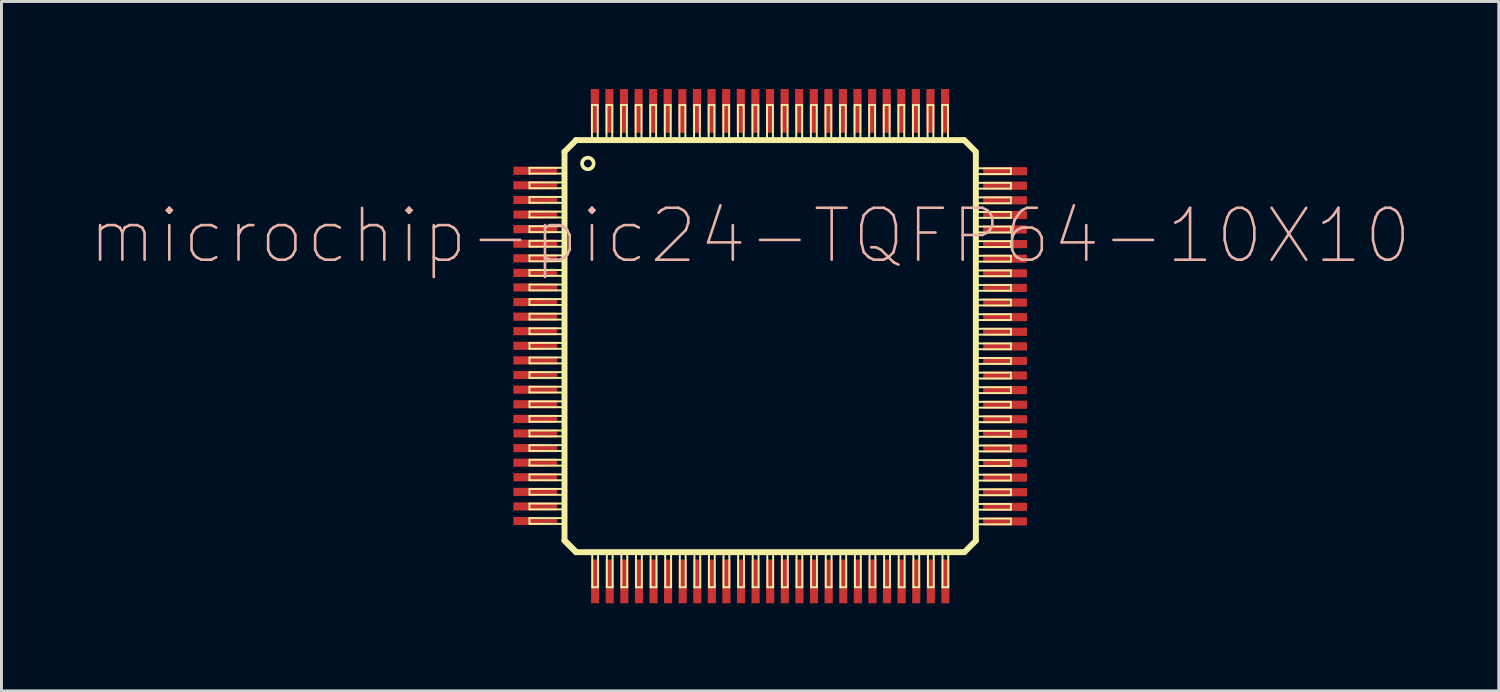
<source format=kicad_pcb>
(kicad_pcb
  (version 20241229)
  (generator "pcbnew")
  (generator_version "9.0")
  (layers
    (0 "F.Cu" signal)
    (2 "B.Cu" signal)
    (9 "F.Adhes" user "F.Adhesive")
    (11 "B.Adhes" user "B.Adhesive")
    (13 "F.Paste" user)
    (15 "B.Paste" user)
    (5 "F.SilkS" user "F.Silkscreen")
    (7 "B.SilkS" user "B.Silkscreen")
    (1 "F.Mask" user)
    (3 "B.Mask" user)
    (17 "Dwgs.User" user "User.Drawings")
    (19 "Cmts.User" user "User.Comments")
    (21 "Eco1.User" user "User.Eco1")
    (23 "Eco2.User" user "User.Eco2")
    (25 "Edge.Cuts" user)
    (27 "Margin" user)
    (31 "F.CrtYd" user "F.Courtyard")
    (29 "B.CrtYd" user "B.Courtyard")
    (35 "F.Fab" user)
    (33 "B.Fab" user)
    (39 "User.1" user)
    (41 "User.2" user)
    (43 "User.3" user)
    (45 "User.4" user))
  (footprint "microchip-pic24-TQFP64-10X10"
    (layer "F.Cu")
    (at 21.086 6.548)
    (property "Reference" "microchip-pic24-TQFP64-10X10" (at 1.56 -1.52 0) (layer "B.SilkS") (effects (font (size 1.778 1.778) (thickness 0.089))))
    (attr smd)
    (fp_line (start -5.999 -3.848) (end -4.798 -3.848) (stroke (width 0.066) (type solid)) (layer "F.SilkS"))
    (fp_line (start -5.999 -3.65) (end -5.999 -3.848) (stroke (width 0.066) (type solid)) (layer "F.SilkS"))
    (fp_line (start -5.999 -3.65) (end -4.798 -3.65) (stroke (width 0.066) (type solid)) (layer "F.SilkS"))
    (fp_line (start -5.999 -3.348) (end -4.798 -3.348) (stroke (width 0.066) (type solid)) (layer "F.SilkS"))
    (fp_line (start -5.999 -3.15) (end -5.999 -3.348) (stroke (width 0.066) (type solid)) (layer "F.SilkS"))
    (fp_line (start -5.999 -3.15) (end -4.798 -3.15) (stroke (width 0.066) (type solid)) (layer "F.SilkS"))
    (fp_line (start -5.999 -2.85) (end -4.798 -2.85) (stroke (width 0.066) (type solid)) (layer "F.SilkS"))
    (fp_line (start -5.999 -2.649) (end -5.999 -2.85) (stroke (width 0.066) (type solid)) (layer "F.SilkS"))
    (fp_line (start -5.999 -2.649) (end -4.798 -2.649) (stroke (width 0.066) (type solid)) (layer "F.SilkS"))
    (fp_line (start -5.999 -2.349) (end -4.798 -2.349) (stroke (width 0.066) (type solid)) (layer "F.SilkS"))
    (fp_line (start -5.999 -2.149) (end -5.999 -2.349) (stroke (width 0.066) (type solid)) (layer "F.SilkS"))
    (fp_line (start -5.999 -2.149) (end -4.798 -2.149) (stroke (width 0.066) (type solid)) (layer "F.SilkS"))
    (fp_line (start -5.999 -1.849) (end -4.798 -1.849) (stroke (width 0.066) (type solid)) (layer "F.SilkS"))
    (fp_line (start -5.999 -1.648) (end -5.999 -1.849) (stroke (width 0.066) (type solid)) (layer "F.SilkS"))
    (fp_line (start -5.999 -1.648) (end -4.798 -1.648) (stroke (width 0.066) (type solid)) (layer "F.SilkS"))
    (fp_line (start -5.999 -1.349) (end -4.798 -1.349) (stroke (width 0.066) (type solid)) (layer "F.SilkS"))
    (fp_line (start -5.999 -1.148) (end -5.999 -1.349) (stroke (width 0.066) (type solid)) (layer "F.SilkS"))
    (fp_line (start -5.999 -1.148) (end -4.798 -1.148) (stroke (width 0.066) (type solid)) (layer "F.SilkS"))
    (fp_line (start -5.999 -0.848) (end -4.798 -0.848) (stroke (width 0.066) (type solid)) (layer "F.SilkS"))
    (fp_line (start -5.999 -0.648) (end -5.999 -0.848) (stroke (width 0.066) (type solid)) (layer "F.SilkS"))
    (fp_line (start -5.999 -0.648) (end -4.798 -0.648) (stroke (width 0.066) (type solid)) (layer "F.SilkS"))
    (fp_line (start -5.999 -0.348) (end -4.798 -0.348) (stroke (width 0.066) (type solid)) (layer "F.SilkS"))
    (fp_line (start -5.999 -0.15) (end -5.999 -0.348) (stroke (width 0.066) (type solid)) (layer "F.SilkS"))
    (fp_line (start -5.999 -0.15) (end -4.798 -0.15) (stroke (width 0.066) (type solid)) (layer "F.SilkS"))
    (fp_line (start -5.999 0.15) (end -4.798 0.15) (stroke (width 0.066) (type solid)) (layer "F.SilkS"))
    (fp_line (start -5.999 0.348) (end -5.999 0.15) (stroke (width 0.066) (type solid)) (layer "F.SilkS"))
    (fp_line (start -5.999 0.348) (end -4.798 0.348) (stroke (width 0.066) (type solid)) (layer "F.SilkS"))
    (fp_line (start -5.999 0.648) (end -4.798 0.648) (stroke (width 0.066) (type solid)) (layer "F.SilkS"))
    (fp_line (start -5.999 0.848) (end -5.999 0.648) (stroke (width 0.066) (type solid)) (layer "F.SilkS"))
    (fp_line (start -5.999 0.848) (end -4.798 0.848) (stroke (width 0.066) (type solid)) (layer "F.SilkS"))
    (fp_line (start -5.999 1.148) (end -4.798 1.148) (stroke (width 0.066) (type solid)) (layer "F.SilkS"))
    (fp_line (start -5.999 1.349) (end -5.999 1.148) (stroke (width 0.066) (type solid)) (layer "F.SilkS"))
    (fp_line (start -5.999 1.349) (end -4.798 1.349) (stroke (width 0.066) (type solid)) (layer "F.SilkS"))
    (fp_line (start -5.999 1.648) (end -4.798 1.648) (stroke (width 0.066) (type solid)) (layer "F.SilkS"))
    (fp_line (start -5.999 1.849) (end -5.999 1.648) (stroke (width 0.066) (type solid)) (layer "F.SilkS"))
    (fp_line (start -5.999 1.849) (end -4.798 1.849) (stroke (width 0.066) (type solid)) (layer "F.SilkS"))
    (fp_line (start -5.999 2.149) (end -4.798 2.149) (stroke (width 0.066) (type solid)) (layer "F.SilkS"))
    (fp_line (start -5.999 2.349) (end -5.999 2.149) (stroke (width 0.066) (type solid)) (layer "F.SilkS"))
    (fp_line (start -5.999 2.349) (end -4.798 2.349) (stroke (width 0.066) (type solid)) (layer "F.SilkS"))
    (fp_line (start -5.999 2.649) (end -4.798 2.649) (stroke (width 0.066) (type solid)) (layer "F.SilkS"))
    (fp_line (start -5.999 2.85) (end -5.999 2.649) (stroke (width 0.066) (type solid)) (layer "F.SilkS"))
    (fp_line (start -5.999 2.85) (end -4.798 2.85) (stroke (width 0.066) (type solid)) (layer "F.SilkS"))
    (fp_line (start -5.999 3.15) (end -4.798 3.15) (stroke (width 0.066) (type solid)) (layer "F.SilkS"))
    (fp_line (start -5.999 3.348) (end -5.999 3.15) (stroke (width 0.066) (type solid)) (layer "F.SilkS"))
    (fp_line (start -5.999 3.348) (end -4.798 3.348) (stroke (width 0.066) (type solid)) (layer "F.SilkS"))
    (fp_line (start -5.999 3.65) (end -4.798 3.65) (stroke (width 0.066) (type solid)) (layer "F.SilkS"))
    (fp_line (start -5.999 3.848) (end -5.999 3.65) (stroke (width 0.066) (type solid)) (layer "F.SilkS"))
    (fp_line (start -5.999 3.848) (end -4.798 3.848) (stroke (width 0.066) (type solid)) (layer "F.SilkS"))
    (fp_line (start -5.999 4.152) (end -5.999 4.35) (stroke (width 0.066) (type solid)) (layer "F.SilkS"))
    (fp_line (start -5.999 4.152) (end -4.798 4.152) (stroke (width 0.066) (type solid)) (layer "F.SilkS"))
    (fp_line (start -5.999 4.35) (end -4.798 4.35) (stroke (width 0.066) (type solid)) (layer "F.SilkS"))
    (fp_line (start -5.999 4.652) (end -5.999 4.85) (stroke (width 0.066) (type solid)) (layer "F.SilkS"))
    (fp_line (start -5.999 4.652) (end -4.798 4.652) (stroke (width 0.066) (type solid)) (layer "F.SilkS"))
    (fp_line (start -5.999 4.85) (end -4.798 4.85) (stroke (width 0.066) (type solid)) (layer "F.SilkS"))
    (fp_line (start -5.999 5.15) (end -5.999 5.351) (stroke (width 0.066) (type solid)) (layer "F.SilkS"))
    (fp_line (start -5.999 5.15) (end -4.798 5.15) (stroke (width 0.066) (type solid)) (layer "F.SilkS"))
    (fp_line (start -5.999 5.351) (end -4.798 5.351) (stroke (width 0.066) (type solid)) (layer "F.SilkS"))
    (fp_line (start -5.999 5.651) (end -5.999 5.851) (stroke (width 0.066) (type solid)) (layer "F.SilkS"))
    (fp_line (start -5.999 5.651) (end -4.798 5.651) (stroke (width 0.066) (type solid)) (layer "F.SilkS"))
    (fp_line (start -5.999 5.851) (end -4.798 5.851) (stroke (width 0.066) (type solid)) (layer "F.SilkS"))
    (fp_line (start -5.999 6.151) (end -5.999 6.352) (stroke (width 0.066) (type solid)) (layer "F.SilkS"))
    (fp_line (start -5.999 6.151) (end -4.798 6.151) (stroke (width 0.066) (type solid)) (layer "F.SilkS"))
    (fp_line (start -5.999 6.352) (end -4.798 6.352) (stroke (width 0.066) (type solid)) (layer "F.SilkS"))
    (fp_line (start -5.999 6.651) (end -5.999 6.852) (stroke (width 0.066) (type solid)) (layer "F.SilkS"))
    (fp_line (start -5.999 6.651) (end -4.798 6.651) (stroke (width 0.066) (type solid)) (layer "F.SilkS"))
    (fp_line (start -5.999 6.852) (end -4.798 6.852) (stroke (width 0.066) (type solid)) (layer "F.SilkS"))
    (fp_line (start -5.999 7.152) (end -5.999 7.352) (stroke (width 0.066) (type solid)) (layer "F.SilkS"))
    (fp_line (start -5.999 7.152) (end -4.798 7.152) (stroke (width 0.066) (type solid)) (layer "F.SilkS"))
    (fp_line (start -5.999 7.352) (end -4.798 7.352) (stroke (width 0.066) (type solid)) (layer "F.SilkS"))
    (fp_line (start -5.999 7.652) (end -5.999 7.85) (stroke (width 0.066) (type solid)) (layer "F.SilkS"))
    (fp_line (start -5.999 7.652) (end -4.798 7.652) (stroke (width 0.066) (type solid)) (layer "F.SilkS"))
    (fp_line (start -5.999 7.85) (end -4.798 7.85) (stroke (width 0.066) (type solid)) (layer "F.SilkS"))
    (fp_line (start -5.999 8.15) (end -5.999 8.348) (stroke (width 0.066) (type solid)) (layer "F.SilkS"))
    (fp_line (start -5.999 8.15) (end -4.798 8.15) (stroke (width 0.066) (type solid)) (layer "F.SilkS"))
    (fp_line (start -5.999 8.348) (end -4.798 8.348) (stroke (width 0.066) (type solid)) (layer "F.SilkS"))
    (fp_line (start -4.798 -4.399) (end -4.399 -4.798) (stroke (width 0.203) (type solid)) (layer "F.SilkS"))
    (fp_line (start -4.798 -3.65) (end -4.798 -3.848) (stroke (width 0.066) (type solid)) (layer "F.SilkS"))
    (fp_line (start -4.798 -3.15) (end -4.798 -3.348) (stroke (width 0.066) (type solid)) (layer "F.SilkS"))
    (fp_line (start -4.798 -2.649) (end -4.798 -2.85) (stroke (width 0.066) (type solid)) (layer "F.SilkS"))
    (fp_line (start -4.798 -2.149) (end -4.798 -2.349) (stroke (width 0.066) (type solid)) (layer "F.SilkS"))
    (fp_line (start -4.798 -1.648) (end -4.798 -1.849) (stroke (width 0.066) (type solid)) (layer "F.SilkS"))
    (fp_line (start -4.798 -1.148) (end -4.798 -1.349) (stroke (width 0.066) (type solid)) (layer "F.SilkS"))
    (fp_line (start -4.798 -0.648) (end -4.798 -0.848) (stroke (width 0.066) (type solid)) (layer "F.SilkS"))
    (fp_line (start -4.798 -0.15) (end -4.798 -0.348) (stroke (width 0.066) (type solid)) (layer "F.SilkS"))
    (fp_line (start -4.798 0.348) (end -4.798 0.15) (stroke (width 0.066) (type solid)) (layer "F.SilkS"))
    (fp_line (start -4.798 0.848) (end -4.798 0.648) (stroke (width 0.066) (type solid)) (layer "F.SilkS"))
    (fp_line (start -4.798 1.349) (end -4.798 1.148) (stroke (width 0.066) (type solid)) (layer "F.SilkS"))
    (fp_line (start -4.798 1.849) (end -4.798 1.648) (stroke (width 0.066) (type solid)) (layer "F.SilkS"))
    (fp_line (start -4.798 2.349) (end -4.798 2.149) (stroke (width 0.066) (type solid)) (layer "F.SilkS"))
    (fp_line (start -4.798 2.85) (end -4.798 2.649) (stroke (width 0.066) (type solid)) (layer "F.SilkS"))
    (fp_line (start -4.798 3.348) (end -4.798 3.15) (stroke (width 0.066) (type solid)) (layer "F.SilkS"))
    (fp_line (start -4.798 3.848) (end -4.798 3.65) (stroke (width 0.066) (type solid)) (layer "F.SilkS"))
    (fp_line (start -4.798 4.152) (end -4.798 4.35) (stroke (width 0.066) (type solid)) (layer "F.SilkS"))
    (fp_line (start -4.798 4.652) (end -4.798 4.85) (stroke (width 0.066) (type solid)) (layer "F.SilkS"))
    (fp_line (start -4.798 5.15) (end -4.798 5.351) (stroke (width 0.066) (type solid)) (layer "F.SilkS"))
    (fp_line (start -4.798 5.651) (end -4.798 5.851) (stroke (width 0.066) (type solid)) (layer "F.SilkS"))
    (fp_line (start -4.798 6.151) (end -4.798 6.352) (stroke (width 0.066) (type solid)) (layer "F.SilkS"))
    (fp_line (start -4.798 6.651) (end -4.798 6.852) (stroke (width 0.066) (type solid)) (layer "F.SilkS"))
    (fp_line (start -4.798 7.152) (end -4.798 7.352) (stroke (width 0.066) (type solid)) (layer "F.SilkS"))
    (fp_line (start -4.798 7.652) (end -4.798 7.85) (stroke (width 0.066) (type solid)) (layer "F.SilkS"))
    (fp_line (start -4.798 8.15) (end -4.798 8.348) (stroke (width 0.066) (type solid)) (layer "F.SilkS"))
    (fp_line (start -4.798 8.9) (end -4.798 -4.399) (stroke (width 0.203) (type solid)) (layer "F.SilkS"))
    (fp_line (start -4.796 8.917) (end -4.397 9.316) (stroke (width 0.203) (type solid)) (layer "F.SilkS"))
    (fp_line (start -4.41 -4.798) (end 8.889 -4.798) (stroke (width 0.203) (type solid)) (layer "F.SilkS"))
    (fp_line (start -4.399 9.318) (end -4.798 8.919) (stroke (width 0.203) (type solid)) (layer "F.SilkS"))
    (fp_line (start -3.858 -5.999) (end -3.858 -4.798) (stroke (width 0.066) (type solid)) (layer "F.SilkS"))
    (fp_line (start -3.848 10.519) (end -3.848 9.318) (stroke (width 0.066) (type solid)) (layer "F.SilkS"))
    (fp_line (start -3.66 -5.999) (end -3.858 -5.999) (stroke (width 0.066) (type solid)) (layer "F.SilkS"))
    (fp_line (start -3.66 -5.999) (end -3.66 -4.798) (stroke (width 0.066) (type solid)) (layer "F.SilkS"))
    (fp_line (start -3.66 -4.798) (end -3.858 -4.798) (stroke (width 0.066) (type solid)) (layer "F.SilkS"))
    (fp_line (start -3.65 9.318) (end -3.848 9.318) (stroke (width 0.066) (type solid)) (layer "F.SilkS"))
    (fp_line (start -3.65 10.519) (end -3.848 10.519) (stroke (width 0.066) (type solid)) (layer "F.SilkS"))
    (fp_line (start -3.65 10.519) (end -3.65 9.318) (stroke (width 0.066) (type solid)) (layer "F.SilkS"))
    (fp_line (start -3.36 -5.999) (end -3.36 -4.798) (stroke (width 0.066) (type solid)) (layer "F.SilkS"))
    (fp_line (start -3.348 10.519) (end -3.348 9.318) (stroke (width 0.066) (type solid)) (layer "F.SilkS"))
    (fp_line (start -3.162 -5.999) (end -3.36 -5.999) (stroke (width 0.066) (type solid)) (layer "F.SilkS"))
    (fp_line (start -3.162 -5.999) (end -3.162 -4.798) (stroke (width 0.066) (type solid)) (layer "F.SilkS"))
    (fp_line (start -3.162 -4.798) (end -3.36 -4.798) (stroke (width 0.066) (type solid)) (layer "F.SilkS"))
    (fp_line (start -3.15 9.318) (end -3.348 9.318) (stroke (width 0.066) (type solid)) (layer "F.SilkS"))
    (fp_line (start -3.15 10.519) (end -3.348 10.519) (stroke (width 0.066) (type solid)) (layer "F.SilkS"))
    (fp_line (start -3.15 10.519) (end -3.15 9.318) (stroke (width 0.066) (type solid)) (layer "F.SilkS"))
    (fp_line (start -2.862 -5.999) (end -2.862 -4.798) (stroke (width 0.066) (type solid)) (layer "F.SilkS"))
    (fp_line (start -2.85 10.519) (end -2.85 9.318) (stroke (width 0.066) (type solid)) (layer "F.SilkS"))
    (fp_line (start -2.662 -5.999) (end -2.862 -5.999) (stroke (width 0.066) (type solid)) (layer "F.SilkS"))
    (fp_line (start -2.662 -5.999) (end -2.662 -4.798) (stroke (width 0.066) (type solid)) (layer "F.SilkS"))
    (fp_line (start -2.662 -4.798) (end -2.862 -4.798) (stroke (width 0.066) (type solid)) (layer "F.SilkS"))
    (fp_line (start -2.649 9.318) (end -2.85 9.318) (stroke (width 0.066) (type solid)) (layer "F.SilkS"))
    (fp_line (start -2.649 10.519) (end -2.85 10.519) (stroke (width 0.066) (type solid)) (layer "F.SilkS"))
    (fp_line (start -2.649 10.519) (end -2.649 9.318) (stroke (width 0.066) (type solid)) (layer "F.SilkS"))
    (fp_line (start -2.362 -5.999) (end -2.362 -4.798) (stroke (width 0.066) (type solid)) (layer "F.SilkS"))
    (fp_line (start -2.349 10.519) (end -2.349 9.318) (stroke (width 0.066) (type solid)) (layer "F.SilkS"))
    (fp_line (start -2.161 -5.999) (end -2.362 -5.999) (stroke (width 0.066) (type solid)) (layer "F.SilkS"))
    (fp_line (start -2.161 -5.999) (end -2.161 -4.798) (stroke (width 0.066) (type solid)) (layer "F.SilkS"))
    (fp_line (start -2.161 -4.798) (end -2.362 -4.798) (stroke (width 0.066) (type solid)) (layer "F.SilkS"))
    (fp_line (start -2.149 9.318) (end -2.349 9.318) (stroke (width 0.066) (type solid)) (layer "F.SilkS"))
    (fp_line (start -2.149 10.519) (end -2.349 10.519) (stroke (width 0.066) (type solid)) (layer "F.SilkS"))
    (fp_line (start -2.149 10.519) (end -2.149 9.318) (stroke (width 0.066) (type solid)) (layer "F.SilkS"))
    (fp_line (start -1.862 -5.999) (end -1.862 -4.798) (stroke (width 0.066) (type solid)) (layer "F.SilkS"))
    (fp_line (start -1.849 10.519) (end -1.849 9.318) (stroke (width 0.066) (type solid)) (layer "F.SilkS"))
    (fp_line (start -1.661 -5.999) (end -1.862 -5.999) (stroke (width 0.066) (type solid)) (layer "F.SilkS"))
    (fp_line (start -1.661 -5.999) (end -1.661 -4.798) (stroke (width 0.066) (type solid)) (layer "F.SilkS"))
    (fp_line (start -1.661 -4.798) (end -1.862 -4.798) (stroke (width 0.066) (type solid)) (layer "F.SilkS"))
    (fp_line (start -1.648 9.318) (end -1.849 9.318) (stroke (width 0.066) (type solid)) (layer "F.SilkS"))
    (fp_line (start -1.648 10.519) (end -1.849 10.519) (stroke (width 0.066) (type solid)) (layer "F.SilkS"))
    (fp_line (start -1.648 10.519) (end -1.648 9.318) (stroke (width 0.066) (type solid)) (layer "F.SilkS"))
    (fp_line (start -1.361 -5.999) (end -1.361 -4.798) (stroke (width 0.066) (type solid)) (layer "F.SilkS"))
    (fp_line (start -1.349 10.519) (end -1.349 9.318) (stroke (width 0.066) (type solid)) (layer "F.SilkS"))
    (fp_line (start -1.161 -5.999) (end -1.361 -5.999) (stroke (width 0.066) (type solid)) (layer "F.SilkS"))
    (fp_line (start -1.161 -5.999) (end -1.161 -4.798) (stroke (width 0.066) (type solid)) (layer "F.SilkS"))
    (fp_line (start -1.161 -4.798) (end -1.361 -4.798) (stroke (width 0.066) (type solid)) (layer "F.SilkS"))
    (fp_line (start -1.148 9.318) (end -1.349 9.318) (stroke (width 0.066) (type solid)) (layer "F.SilkS"))
    (fp_line (start -1.148 10.519) (end -1.349 10.519) (stroke (width 0.066) (type solid)) (layer "F.SilkS"))
    (fp_line (start -1.148 10.519) (end -1.148 9.318) (stroke (width 0.066) (type solid)) (layer "F.SilkS"))
    (fp_line (start -0.861 -5.999) (end -0.861 -4.798) (stroke (width 0.066) (type solid)) (layer "F.SilkS"))
    (fp_line (start -0.848 10.519) (end -0.848 9.318) (stroke (width 0.066) (type solid)) (layer "F.SilkS"))
    (fp_line (start -0.66 -5.999) (end -0.861 -5.999) (stroke (width 0.066) (type solid)) (layer "F.SilkS"))
    (fp_line (start -0.66 -5.999) (end -0.66 -4.798) (stroke (width 0.066) (type solid)) (layer "F.SilkS"))
    (fp_line (start -0.66 -4.798) (end -0.861 -4.798) (stroke (width 0.066) (type solid)) (layer "F.SilkS"))
    (fp_line (start -0.648 9.318) (end -0.848 9.318) (stroke (width 0.066) (type solid)) (layer "F.SilkS"))
    (fp_line (start -0.648 10.519) (end -0.848 10.519) (stroke (width 0.066) (type solid)) (layer "F.SilkS"))
    (fp_line (start -0.648 10.519) (end -0.648 9.318) (stroke (width 0.066) (type solid)) (layer "F.SilkS"))
    (fp_line (start -0.36 -5.999) (end -0.36 -4.798) (stroke (width 0.066) (type solid)) (layer "F.SilkS"))
    (fp_line (start -0.348 10.519) (end -0.348 9.318) (stroke (width 0.066) (type solid)) (layer "F.SilkS"))
    (fp_line (start -0.162 -5.999) (end -0.36 -5.999) (stroke (width 0.066) (type solid)) (layer "F.SilkS"))
    (fp_line (start -0.162 -5.999) (end -0.162 -4.798) (stroke (width 0.066) (type solid)) (layer "F.SilkS"))
    (fp_line (start -0.162 -4.798) (end -0.36 -4.798) (stroke (width 0.066) (type solid)) (layer "F.SilkS"))
    (fp_line (start -0.15 9.318) (end -0.348 9.318) (stroke (width 0.066) (type solid)) (layer "F.SilkS"))
    (fp_line (start -0.15 10.519) (end -0.348 10.519) (stroke (width 0.066) (type solid)) (layer "F.SilkS"))
    (fp_line (start -0.15 10.519) (end -0.15 9.318) (stroke (width 0.066) (type solid)) (layer "F.SilkS"))
    (fp_line (start 0.14 -5.999) (end 0.14 -4.798) (stroke (width 0.066) (type solid)) (layer "F.SilkS"))
    (fp_line (start 0.15 10.519) (end 0.15 9.318) (stroke (width 0.066) (type solid)) (layer "F.SilkS"))
    (fp_line (start 0.338 -5.999) (end 0.14 -5.999) (stroke (width 0.066) (type solid)) (layer "F.SilkS"))
    (fp_line (start 0.338 -5.999) (end 0.338 -4.798) (stroke (width 0.066) (type solid)) (layer "F.SilkS"))
    (fp_line (start 0.338 -4.798) (end 0.14 -4.798) (stroke (width 0.066) (type solid)) (layer "F.SilkS"))
    (fp_line (start 0.348 9.318) (end 0.15 9.318) (stroke (width 0.066) (type solid)) (layer "F.SilkS"))
    (fp_line (start 0.348 10.519) (end 0.15 10.519) (stroke (width 0.066) (type solid)) (layer "F.SilkS"))
    (fp_line (start 0.348 10.519) (end 0.348 9.318) (stroke (width 0.066) (type solid)) (layer "F.SilkS"))
    (fp_line (start 0.642 -5.999) (end 0.642 -4.798) (stroke (width 0.066) (type solid)) (layer "F.SilkS"))
    (fp_line (start 0.642 -5.999) (end 0.84 -5.999) (stroke (width 0.066) (type solid)) (layer "F.SilkS"))
    (fp_line (start 0.642 -4.798) (end 0.84 -4.798) (stroke (width 0.066) (type solid)) (layer "F.SilkS"))
    (fp_line (start 0.648 10.519) (end 0.648 9.318) (stroke (width 0.066) (type solid)) (layer "F.SilkS"))
    (fp_line (start 0.84 -5.999) (end 0.84 -4.798) (stroke (width 0.066) (type solid)) (layer "F.SilkS"))
    (fp_line (start 0.848 9.318) (end 0.648 9.318) (stroke (width 0.066) (type solid)) (layer "F.SilkS"))
    (fp_line (start 0.848 10.519) (end 0.648 10.519) (stroke (width 0.066) (type solid)) (layer "F.SilkS"))
    (fp_line (start 0.848 10.519) (end 0.848 9.318) (stroke (width 0.066) (type solid)) (layer "F.SilkS"))
    (fp_line (start 1.142 -5.999) (end 1.142 -4.798) (stroke (width 0.066) (type solid)) (layer "F.SilkS"))
    (fp_line (start 1.142 -5.999) (end 1.34 -5.999) (stroke (width 0.066) (type solid)) (layer "F.SilkS"))
    (fp_line (start 1.142 -4.798) (end 1.34 -4.798) (stroke (width 0.066) (type solid)) (layer "F.SilkS"))
    (fp_line (start 1.148 10.519) (end 1.148 9.318) (stroke (width 0.066) (type solid)) (layer "F.SilkS"))
    (fp_line (start 1.34 -5.999) (end 1.34 -4.798) (stroke (width 0.066) (type solid)) (layer "F.SilkS"))
    (fp_line (start 1.349 9.318) (end 1.148 9.318) (stroke (width 0.066) (type solid)) (layer "F.SilkS"))
    (fp_line (start 1.349 10.519) (end 1.148 10.519) (stroke (width 0.066) (type solid)) (layer "F.SilkS"))
    (fp_line (start 1.349 10.519) (end 1.349 9.318) (stroke (width 0.066) (type solid)) (layer "F.SilkS"))
    (fp_line (start 1.64 -5.999) (end 1.64 -4.798) (stroke (width 0.066) (type solid)) (layer "F.SilkS"))
    (fp_line (start 1.64 -5.999) (end 1.841 -5.999) (stroke (width 0.066) (type solid)) (layer "F.SilkS"))
    (fp_line (start 1.64 -4.798) (end 1.841 -4.798) (stroke (width 0.066) (type solid)) (layer "F.SilkS"))
    (fp_line (start 1.648 10.519) (end 1.648 9.318) (stroke (width 0.066) (type solid)) (layer "F.SilkS"))
    (fp_line (start 1.841 -5.999) (end 1.841 -4.798) (stroke (width 0.066) (type solid)) (layer "F.SilkS"))
    (fp_line (start 1.849 9.318) (end 1.648 9.318) (stroke (width 0.066) (type solid)) (layer "F.SilkS"))
    (fp_line (start 1.849 10.519) (end 1.648 10.519) (stroke (width 0.066) (type solid)) (layer "F.SilkS"))
    (fp_line (start 1.849 10.519) (end 1.849 9.318) (stroke (width 0.066) (type solid)) (layer "F.SilkS"))
    (fp_line (start 2.14 -5.999) (end 2.14 -4.798) (stroke (width 0.066) (type solid)) (layer "F.SilkS"))
    (fp_line (start 2.14 -5.999) (end 2.341 -5.999) (stroke (width 0.066) (type solid)) (layer "F.SilkS"))
    (fp_line (start 2.14 -4.798) (end 2.341 -4.798) (stroke (width 0.066) (type solid)) (layer "F.SilkS"))
    (fp_line (start 2.149 10.519) (end 2.149 9.318) (stroke (width 0.066) (type solid)) (layer "F.SilkS"))
    (fp_line (start 2.341 -5.999) (end 2.341 -4.798) (stroke (width 0.066) (type solid)) (layer "F.SilkS"))
    (fp_line (start 2.349 9.318) (end 2.149 9.318) (stroke (width 0.066) (type solid)) (layer "F.SilkS"))
    (fp_line (start 2.349 10.519) (end 2.149 10.519) (stroke (width 0.066) (type solid)) (layer "F.SilkS"))
    (fp_line (start 2.349 10.519) (end 2.349 9.318) (stroke (width 0.066) (type solid)) (layer "F.SilkS"))
    (fp_line (start 2.641 -5.999) (end 2.641 -4.798) (stroke (width 0.066) (type solid)) (layer "F.SilkS"))
    (fp_line (start 2.641 -5.999) (end 2.842 -5.999) (stroke (width 0.066) (type solid)) (layer "F.SilkS"))
    (fp_line (start 2.641 -4.798) (end 2.842 -4.798) (stroke (width 0.066) (type solid)) (layer "F.SilkS"))
    (fp_line (start 2.649 10.519) (end 2.649 9.318) (stroke (width 0.066) (type solid)) (layer "F.SilkS"))
    (fp_line (start 2.842 -5.999) (end 2.842 -4.798) (stroke (width 0.066) (type solid)) (layer "F.SilkS"))
    (fp_line (start 2.85 9.318) (end 2.649 9.318) (stroke (width 0.066) (type solid)) (layer "F.SilkS"))
    (fp_line (start 2.85 10.519) (end 2.649 10.519) (stroke (width 0.066) (type solid)) (layer "F.SilkS"))
    (fp_line (start 2.85 10.519) (end 2.85 9.318) (stroke (width 0.066) (type solid)) (layer "F.SilkS"))
    (fp_line (start 3.141 -5.999) (end 3.141 -4.798) (stroke (width 0.066) (type solid)) (layer "F.SilkS"))
    (fp_line (start 3.141 -5.999) (end 3.342 -5.999) (stroke (width 0.066) (type solid)) (layer "F.SilkS"))
    (fp_line (start 3.141 -4.798) (end 3.342 -4.798) (stroke (width 0.066) (type solid)) (layer "F.SilkS"))
    (fp_line (start 3.15 10.519) (end 3.15 9.318) (stroke (width 0.066) (type solid)) (layer "F.SilkS"))
    (fp_line (start 3.342 -5.999) (end 3.342 -4.798) (stroke (width 0.066) (type solid)) (layer "F.SilkS"))
    (fp_line (start 3.348 9.318) (end 3.15 9.318) (stroke (width 0.066) (type solid)) (layer "F.SilkS"))
    (fp_line (start 3.348 10.519) (end 3.15 10.519) (stroke (width 0.066) (type solid)) (layer "F.SilkS"))
    (fp_line (start 3.348 10.519) (end 3.348 9.318) (stroke (width 0.066) (type solid)) (layer "F.SilkS"))
    (fp_line (start 3.642 -5.999) (end 3.642 -4.798) (stroke (width 0.066) (type solid)) (layer "F.SilkS"))
    (fp_line (start 3.642 -5.999) (end 3.842 -5.999) (stroke (width 0.066) (type solid)) (layer "F.SilkS"))
    (fp_line (start 3.642 -4.798) (end 3.842 -4.798) (stroke (width 0.066) (type solid)) (layer "F.SilkS"))
    (fp_line (start 3.65 10.519) (end 3.65 9.318) (stroke (width 0.066) (type solid)) (layer "F.SilkS"))
    (fp_line (start 3.842 -5.999) (end 3.842 -4.798) (stroke (width 0.066) (type solid)) (layer "F.SilkS"))
    (fp_line (start 3.848 9.318) (end 3.65 9.318) (stroke (width 0.066) (type solid)) (layer "F.SilkS"))
    (fp_line (start 3.848 10.519) (end 3.65 10.519) (stroke (width 0.066) (type solid)) (layer "F.SilkS"))
    (fp_line (start 3.848 10.519) (end 3.848 9.318) (stroke (width 0.066) (type solid)) (layer "F.SilkS"))
    (fp_line (start 4.142 -5.999) (end 4.142 -4.798) (stroke (width 0.066) (type solid)) (layer "F.SilkS"))
    (fp_line (start 4.142 -5.999) (end 4.34 -5.999) (stroke (width 0.066) (type solid)) (layer "F.SilkS"))
    (fp_line (start 4.142 -4.798) (end 4.34 -4.798) (stroke (width 0.066) (type solid)) (layer "F.SilkS"))
    (fp_line (start 4.152 9.318) (end 4.35 9.318) (stroke (width 0.066) (type solid)) (layer "F.SilkS"))
    (fp_line (start 4.152 10.519) (end 4.152 9.318) (stroke (width 0.066) (type solid)) (layer "F.SilkS"))
    (fp_line (start 4.152 10.519) (end 4.35 10.519) (stroke (width 0.066) (type solid)) (layer "F.SilkS"))
    (fp_line (start 4.34 -5.999) (end 4.34 -4.798) (stroke (width 0.066) (type solid)) (layer "F.SilkS"))
    (fp_line (start 4.35 10.519) (end 4.35 9.318) (stroke (width 0.066) (type solid)) (layer "F.SilkS"))
    (fp_line (start 4.64 -5.999) (end 4.64 -4.798) (stroke (width 0.066) (type solid)) (layer "F.SilkS"))
    (fp_line (start 4.64 -5.999) (end 4.838 -5.999) (stroke (width 0.066) (type solid)) (layer "F.SilkS"))
    (fp_line (start 4.64 -4.798) (end 4.838 -4.798) (stroke (width 0.066) (type solid)) (layer "F.SilkS"))
    (fp_line (start 4.652 9.318) (end 4.85 9.318) (stroke (width 0.066) (type solid)) (layer "F.SilkS"))
    (fp_line (start 4.652 10.519) (end 4.652 9.318) (stroke (width 0.066) (type solid)) (layer "F.SilkS"))
    (fp_line (start 4.652 10.519) (end 4.85 10.519) (stroke (width 0.066) (type solid)) (layer "F.SilkS"))
    (fp_line (start 4.838 -5.999) (end 4.838 -4.798) (stroke (width 0.066) (type solid)) (layer "F.SilkS"))
    (fp_line (start 4.85 10.519) (end 4.85 9.318) (stroke (width 0.066) (type solid)) (layer "F.SilkS"))
    (fp_line (start 5.138 -5.999) (end 5.138 -4.798) (stroke (width 0.066) (type solid)) (layer "F.SilkS"))
    (fp_line (start 5.138 -5.999) (end 5.338 -5.999) (stroke (width 0.066) (type solid)) (layer "F.SilkS"))
    (fp_line (start 5.138 -4.798) (end 5.338 -4.798) (stroke (width 0.066) (type solid)) (layer "F.SilkS"))
    (fp_line (start 5.15 9.318) (end 5.351 9.318) (stroke (width 0.066) (type solid)) (layer "F.SilkS"))
    (fp_line (start 5.15 10.519) (end 5.15 9.318) (stroke (width 0.066) (type solid)) (layer "F.SilkS"))
    (fp_line (start 5.15 10.519) (end 5.351 10.519) (stroke (width 0.066) (type solid)) (layer "F.SilkS"))
    (fp_line (start 5.338 -5.999) (end 5.338 -4.798) (stroke (width 0.066) (type solid)) (layer "F.SilkS"))
    (fp_line (start 5.351 10.519) (end 5.351 9.318) (stroke (width 0.066) (type solid)) (layer "F.SilkS"))
    (fp_line (start 5.638 -5.999) (end 5.638 -4.798) (stroke (width 0.066) (type solid)) (layer "F.SilkS"))
    (fp_line (start 5.638 -5.999) (end 5.839 -5.999) (stroke (width 0.066) (type solid)) (layer "F.SilkS"))
    (fp_line (start 5.638 -4.798) (end 5.839 -4.798) (stroke (width 0.066) (type solid)) (layer "F.SilkS"))
    (fp_line (start 5.651 9.318) (end 5.851 9.318) (stroke (width 0.066) (type solid)) (layer "F.SilkS"))
    (fp_line (start 5.651 10.519) (end 5.651 9.318) (stroke (width 0.066) (type solid)) (layer "F.SilkS"))
    (fp_line (start 5.651 10.519) (end 5.851 10.519) (stroke (width 0.066) (type solid)) (layer "F.SilkS"))
    (fp_line (start 5.839 -5.999) (end 5.839 -4.798) (stroke (width 0.066) (type solid)) (layer "F.SilkS"))
    (fp_line (start 5.851 10.519) (end 5.851 9.318) (stroke (width 0.066) (type solid)) (layer "F.SilkS"))
    (fp_line (start 6.138 -5.999) (end 6.138 -4.798) (stroke (width 0.066) (type solid)) (layer "F.SilkS"))
    (fp_line (start 6.138 -5.999) (end 6.339 -5.999) (stroke (width 0.066) (type solid)) (layer "F.SilkS"))
    (fp_line (start 6.138 -4.798) (end 6.339 -4.798) (stroke (width 0.066) (type solid)) (layer "F.SilkS"))
    (fp_line (start 6.151 9.318) (end 6.352 9.318) (stroke (width 0.066) (type solid)) (layer "F.SilkS"))
    (fp_line (start 6.151 10.519) (end 6.151 9.318) (stroke (width 0.066) (type solid)) (layer "F.SilkS"))
    (fp_line (start 6.151 10.519) (end 6.352 10.519) (stroke (width 0.066) (type solid)) (layer "F.SilkS"))
    (fp_line (start 6.339 -5.999) (end 6.339 -4.798) (stroke (width 0.066) (type solid)) (layer "F.SilkS"))
    (fp_line (start 6.352 10.519) (end 6.352 9.318) (stroke (width 0.066) (type solid)) (layer "F.SilkS"))
    (fp_line (start 6.639 -5.999) (end 6.639 -4.798) (stroke (width 0.066) (type solid)) (layer "F.SilkS"))
    (fp_line (start 6.639 -5.999) (end 6.84 -5.999) (stroke (width 0.066) (type solid)) (layer "F.SilkS"))
    (fp_line (start 6.639 -4.798) (end 6.84 -4.798) (stroke (width 0.066) (type solid)) (layer "F.SilkS"))
    (fp_line (start 6.651 9.318) (end 6.852 9.318) (stroke (width 0.066) (type solid)) (layer "F.SilkS"))
    (fp_line (start 6.651 10.519) (end 6.651 9.318) (stroke (width 0.066) (type solid)) (layer "F.SilkS"))
    (fp_line (start 6.651 10.519) (end 6.852 10.519) (stroke (width 0.066) (type solid)) (layer "F.SilkS"))
    (fp_line (start 6.84 -5.999) (end 6.84 -4.798) (stroke (width 0.066) (type solid)) (layer "F.SilkS"))
    (fp_line (start 6.852 10.519) (end 6.852 9.318) (stroke (width 0.066) (type solid)) (layer "F.SilkS"))
    (fp_line (start 7.139 -5.999) (end 7.139 -4.798) (stroke (width 0.066) (type solid)) (layer "F.SilkS"))
    (fp_line (start 7.139 -5.999) (end 7.34 -5.999) (stroke (width 0.066) (type solid)) (layer "F.SilkS"))
    (fp_line (start 7.139 -4.798) (end 7.34 -4.798) (stroke (width 0.066) (type solid)) (layer "F.SilkS"))
    (fp_line (start 7.152 9.318) (end 7.352 9.318) (stroke (width 0.066) (type solid)) (layer "F.SilkS"))
    (fp_line (start 7.152 10.519) (end 7.152 9.318) (stroke (width 0.066) (type solid)) (layer "F.SilkS"))
    (fp_line (start 7.152 10.519) (end 7.352 10.519) (stroke (width 0.066) (type solid)) (layer "F.SilkS"))
    (fp_line (start 7.34 -5.999) (end 7.34 -4.798) (stroke (width 0.066) (type solid)) (layer "F.SilkS"))
    (fp_line (start 7.352 10.519) (end 7.352 9.318) (stroke (width 0.066) (type solid)) (layer "F.SilkS"))
    (fp_line (start 7.64 -5.999) (end 7.64 -4.798) (stroke (width 0.066) (type solid)) (layer "F.SilkS"))
    (fp_line (start 7.64 -5.999) (end 7.838 -5.999) (stroke (width 0.066) (type solid)) (layer "F.SilkS"))
    (fp_line (start 7.64 -4.798) (end 7.838 -4.798) (stroke (width 0.066) (type solid)) (layer "F.SilkS"))
    (fp_line (start 7.652 9.318) (end 7.85 9.318) (stroke (width 0.066) (type solid)) (layer "F.SilkS"))
    (fp_line (start 7.652 10.519) (end 7.652 9.318) (stroke (width 0.066) (type solid)) (layer "F.SilkS"))
    (fp_line (start 7.652 10.519) (end 7.85 10.519) (stroke (width 0.066) (type solid)) (layer "F.SilkS"))
    (fp_line (start 7.838 -5.999) (end 7.838 -4.798) (stroke (width 0.066) (type solid)) (layer "F.SilkS"))
    (fp_line (start 7.85 10.519) (end 7.85 9.318) (stroke (width 0.066) (type solid)) (layer "F.SilkS"))
    (fp_line (start 8.14 -5.999) (end 8.14 -4.798) (stroke (width 0.066) (type solid)) (layer "F.SilkS"))
    (fp_line (start 8.14 -5.999) (end 8.338 -5.999) (stroke (width 0.066) (type solid)) (layer "F.SilkS"))
    (fp_line (start 8.14 -4.798) (end 8.338 -4.798) (stroke (width 0.066) (type solid)) (layer "F.SilkS"))
    (fp_line (start 8.15 9.318) (end 8.348 9.318) (stroke (width 0.066) (type solid)) (layer "F.SilkS"))
    (fp_line (start 8.15 10.519) (end 8.15 9.318) (stroke (width 0.066) (type solid)) (layer "F.SilkS"))
    (fp_line (start 8.15 10.519) (end 8.348 10.519) (stroke (width 0.066) (type solid)) (layer "F.SilkS"))
    (fp_line (start 8.338 -5.999) (end 8.338 -4.798) (stroke (width 0.066) (type solid)) (layer "F.SilkS"))
    (fp_line (start 8.348 10.519) (end 8.348 9.318) (stroke (width 0.066) (type solid)) (layer "F.SilkS"))
    (fp_line (start 8.9 9.318) (end -4.399 9.318) (stroke (width 0.203) (type solid)) (layer "F.SilkS"))
    (fp_line (start 9.291 -4.402) (end 8.892 -4.801) (stroke (width 0.203) (type solid)) (layer "F.SilkS"))
    (fp_line (start 9.293 -4.385) (end 9.293 8.914) (stroke (width 0.203) (type solid)) (layer "F.SilkS"))
    (fp_line (start 9.293 -3.635) (end 9.293 -3.833) (stroke (width 0.066) (type solid)) (layer "F.SilkS"))
    (fp_line (start 9.293 -3.137) (end 9.293 -3.335) (stroke (width 0.066) (type solid)) (layer "F.SilkS"))
    (fp_line (start 9.293 -2.637) (end 9.293 -2.837) (stroke (width 0.066) (type solid)) (layer "F.SilkS"))
    (fp_line (start 9.293 -2.136) (end 9.293 -2.337) (stroke (width 0.066) (type solid)) (layer "F.SilkS"))
    (fp_line (start 9.293 -1.636) (end 9.293 -1.837) (stroke (width 0.066) (type solid)) (layer "F.SilkS"))
    (fp_line (start 9.293 -1.135) (end 9.293 -1.336) (stroke (width 0.066) (type solid)) (layer "F.SilkS"))
    (fp_line (start 9.293 -0.635) (end 9.293 -0.836) (stroke (width 0.066) (type solid)) (layer "F.SilkS"))
    (fp_line (start 9.293 -0.137) (end 9.293 -0.335) (stroke (width 0.066) (type solid)) (layer "F.SilkS"))
    (fp_line (start 9.293 0.363) (end 9.293 0.165) (stroke (width 0.066) (type solid)) (layer "F.SilkS"))
    (fp_line (start 9.293 0.667) (end 9.293 0.865) (stroke (width 0.066) (type solid)) (layer "F.SilkS"))
    (fp_line (start 9.293 1.167) (end 9.293 1.365) (stroke (width 0.066) (type solid)) (layer "F.SilkS"))
    (fp_line (start 9.293 1.665) (end 9.293 1.866) (stroke (width 0.066) (type solid)) (layer "F.SilkS"))
    (fp_line (start 9.293 2.166) (end 9.293 2.366) (stroke (width 0.066) (type solid)) (layer "F.SilkS"))
    (fp_line (start 9.293 2.666) (end 9.293 2.867) (stroke (width 0.066) (type solid)) (layer "F.SilkS"))
    (fp_line (start 9.293 3.166) (end 9.293 3.367) (stroke (width 0.066) (type solid)) (layer "F.SilkS"))
    (fp_line (start 9.293 3.667) (end 9.293 3.867) (stroke (width 0.066) (type solid)) (layer "F.SilkS"))
    (fp_line (start 9.293 4.167) (end 9.293 4.365) (stroke (width 0.066) (type solid)) (layer "F.SilkS"))
    (fp_line (start 9.293 4.665) (end 9.293 4.863) (stroke (width 0.066) (type solid)) (layer "F.SilkS"))
    (fp_line (start 9.293 5.163) (end 9.293 5.363) (stroke (width 0.066) (type solid)) (layer "F.SilkS"))
    (fp_line (start 9.293 5.663) (end 9.293 5.864) (stroke (width 0.066) (type solid)) (layer "F.SilkS"))
    (fp_line (start 9.293 6.163) (end 9.293 6.364) (stroke (width 0.066) (type solid)) (layer "F.SilkS"))
    (fp_line (start 9.293 6.664) (end 9.293 6.864) (stroke (width 0.066) (type solid)) (layer "F.SilkS"))
    (fp_line (start 9.293 7.164) (end 9.293 7.365) (stroke (width 0.066) (type solid)) (layer "F.SilkS"))
    (fp_line (start 9.293 7.665) (end 9.293 7.863) (stroke (width 0.066) (type solid)) (layer "F.SilkS"))
    (fp_line (start 9.293 8.165) (end 9.293 8.363) (stroke (width 0.066) (type solid)) (layer "F.SilkS"))
    (fp_line (start 9.303 8.914) (end 8.904 9.313) (stroke (width 0.203) (type solid)) (layer "F.SilkS"))
    (fp_line (start 10.494 -3.833) (end 9.293 -3.833) (stroke (width 0.066) (type solid)) (layer "F.SilkS"))
    (fp_line (start 10.494 -3.635) (end 9.293 -3.635) (stroke (width 0.066) (type solid)) (layer "F.SilkS"))
    (fp_line (start 10.494 -3.635) (end 10.494 -3.833) (stroke (width 0.066) (type solid)) (layer "F.SilkS"))
    (fp_line (start 10.494 -3.335) (end 9.293 -3.335) (stroke (width 0.066) (type solid)) (layer "F.SilkS"))
    (fp_line (start 10.494 -3.137) (end 9.293 -3.137) (stroke (width 0.066) (type solid)) (layer "F.SilkS"))
    (fp_line (start 10.494 -3.137) (end 10.494 -3.335) (stroke (width 0.066) (type solid)) (layer "F.SilkS"))
    (fp_line (start 10.494 -2.837) (end 9.293 -2.837) (stroke (width 0.066) (type solid)) (layer "F.SilkS"))
    (fp_line (start 10.494 -2.637) (end 9.293 -2.637) (stroke (width 0.066) (type solid)) (layer "F.SilkS"))
    (fp_line (start 10.494 -2.637) (end 10.494 -2.837) (stroke (width 0.066) (type solid)) (layer "F.SilkS"))
    (fp_line (start 10.494 -2.337) (end 9.293 -2.337) (stroke (width 0.066) (type solid)) (layer "F.SilkS"))
    (fp_line (start 10.494 -2.136) (end 9.293 -2.136) (stroke (width 0.066) (type solid)) (layer "F.SilkS"))
    (fp_line (start 10.494 -2.136) (end 10.494 -2.337) (stroke (width 0.066) (type solid)) (layer "F.SilkS"))
    (fp_line (start 10.494 -1.837) (end 9.293 -1.837) (stroke (width 0.066) (type solid)) (layer "F.SilkS"))
    (fp_line (start 10.494 -1.636) (end 9.293 -1.636) (stroke (width 0.066) (type solid)) (layer "F.SilkS"))
    (fp_line (start 10.494 -1.636) (end 10.494 -1.837) (stroke (width 0.066) (type solid)) (layer "F.SilkS"))
    (fp_line (start 10.494 -1.336) (end 9.293 -1.336) (stroke (width 0.066) (type solid)) (layer "F.SilkS"))
    (fp_line (start 10.494 -1.135) (end 9.293 -1.135) (stroke (width 0.066) (type solid)) (layer "F.SilkS"))
    (fp_line (start 10.494 -1.135) (end 10.494 -1.336) (stroke (width 0.066) (type solid)) (layer "F.SilkS"))
    (fp_line (start 10.494 -0.836) (end 9.293 -0.836) (stroke (width 0.066) (type solid)) (layer "F.SilkS"))
    (fp_line (start 10.494 -0.635) (end 9.293 -0.635) (stroke (width 0.066) (type solid)) (layer "F.SilkS"))
    (fp_line (start 10.494 -0.635) (end 10.494 -0.836) (stroke (width 0.066) (type solid)) (layer "F.SilkS"))
    (fp_line (start 10.494 -0.335) (end 9.293 -0.335) (stroke (width 0.066) (type solid)) (layer "F.SilkS"))
    (fp_line (start 10.494 -0.137) (end 9.293 -0.137) (stroke (width 0.066) (type solid)) (layer "F.SilkS"))
    (fp_line (start 10.494 -0.137) (end 10.494 -0.335) (stroke (width 0.066) (type solid)) (layer "F.SilkS"))
    (fp_line (start 10.494 0.165) (end 9.293 0.165) (stroke (width 0.066) (type solid)) (layer "F.SilkS"))
    (fp_line (start 10.494 0.363) (end 9.293 0.363) (stroke (width 0.066) (type solid)) (layer "F.SilkS"))
    (fp_line (start 10.494 0.363) (end 10.494 0.165) (stroke (width 0.066) (type solid)) (layer "F.SilkS"))
    (fp_line (start 10.494 0.667) (end 9.293 0.667) (stroke (width 0.066) (type solid)) (layer "F.SilkS"))
    (fp_line (start 10.494 0.667) (end 10.494 0.865) (stroke (width 0.066) (type solid)) (layer "F.SilkS"))
    (fp_line (start 10.494 0.865) (end 9.293 0.865) (stroke (width 0.066) (type solid)) (layer "F.SilkS"))
    (fp_line (start 10.494 1.167) (end 9.293 1.167) (stroke (width 0.066) (type solid)) (layer "F.SilkS"))
    (fp_line (start 10.494 1.167) (end 10.494 1.365) (stroke (width 0.066) (type solid)) (layer "F.SilkS"))
    (fp_line (start 10.494 1.365) (end 9.293 1.365) (stroke (width 0.066) (type solid)) (layer "F.SilkS"))
    (fp_line (start 10.494 1.665) (end 9.293 1.665) (stroke (width 0.066) (type solid)) (layer "F.SilkS"))
    (fp_line (start 10.494 1.665) (end 10.494 1.866) (stroke (width 0.066) (type solid)) (layer "F.SilkS"))
    (fp_line (start 10.494 1.866) (end 9.293 1.866) (stroke (width 0.066) (type solid)) (layer "F.SilkS"))
    (fp_line (start 10.494 2.166) (end 9.293 2.166) (stroke (width 0.066) (type solid)) (layer "F.SilkS"))
    (fp_line (start 10.494 2.166) (end 10.494 2.366) (stroke (width 0.066) (type solid)) (layer "F.SilkS"))
    (fp_line (start 10.494 2.366) (end 9.293 2.366) (stroke (width 0.066) (type solid)) (layer "F.SilkS"))
    (fp_line (start 10.494 2.666) (end 9.293 2.666) (stroke (width 0.066) (type solid)) (layer "F.SilkS"))
    (fp_line (start 10.494 2.666) (end 10.494 2.867) (stroke (width 0.066) (type solid)) (layer "F.SilkS"))
    (fp_line (start 10.494 2.867) (end 9.293 2.867) (stroke (width 0.066) (type solid)) (layer "F.SilkS"))
    (fp_line (start 10.494 3.166) (end 9.293 3.166) (stroke (width 0.066) (type solid)) (layer "F.SilkS"))
    (fp_line (start 10.494 3.166) (end 10.494 3.367) (stroke (width 0.066) (type solid)) (layer "F.SilkS"))
    (fp_line (start 10.494 3.367) (end 9.293 3.367) (stroke (width 0.066) (type solid)) (layer "F.SilkS"))
    (fp_line (start 10.494 3.667) (end 9.293 3.667) (stroke (width 0.066) (type solid)) (layer "F.SilkS"))
    (fp_line (start 10.494 3.667) (end 10.494 3.867) (stroke (width 0.066) (type solid)) (layer "F.SilkS"))
    (fp_line (start 10.494 3.867) (end 9.293 3.867) (stroke (width 0.066) (type solid)) (layer "F.SilkS"))
    (fp_line (start 10.494 4.167) (end 9.293 4.167) (stroke (width 0.066) (type solid)) (layer "F.SilkS"))
    (fp_line (start 10.494 4.167) (end 10.494 4.365) (stroke (width 0.066) (type solid)) (layer "F.SilkS"))
    (fp_line (start 10.494 4.365) (end 9.293 4.365) (stroke (width 0.066) (type solid)) (layer "F.SilkS"))
    (fp_line (start 10.494 4.665) (end 9.293 4.665) (stroke (width 0.066) (type solid)) (layer "F.SilkS"))
    (fp_line (start 10.494 4.665) (end 10.494 4.863) (stroke (width 0.066) (type solid)) (layer "F.SilkS"))
    (fp_line (start 10.494 4.863) (end 9.293 4.863) (stroke (width 0.066) (type solid)) (layer "F.SilkS"))
    (fp_line (start 10.494 5.163) (end 9.293 5.163) (stroke (width 0.066) (type solid)) (layer "F.SilkS"))
    (fp_line (start 10.494 5.163) (end 10.494 5.363) (stroke (width 0.066) (type solid)) (layer "F.SilkS"))
    (fp_line (start 10.494 5.363) (end 9.293 5.363) (stroke (width 0.066) (type solid)) (layer "F.SilkS"))
    (fp_line (start 10.494 5.663) (end 9.293 5.663) (stroke (width 0.066) (type solid)) (layer "F.SilkS"))
    (fp_line (start 10.494 5.663) (end 10.494 5.864) (stroke (width 0.066) (type solid)) (layer "F.SilkS"))
    (fp_line (start 10.494 5.864) (end 9.293 5.864) (stroke (width 0.066) (type solid)) (layer "F.SilkS"))
    (fp_line (start 10.494 6.163) (end 9.293 6.163) (stroke (width 0.066) (type solid)) (layer "F.SilkS"))
    (fp_line (start 10.494 6.163) (end 10.494 6.364) (stroke (width 0.066) (type solid)) (layer "F.SilkS"))
    (fp_line (start 10.494 6.364) (end 9.293 6.364) (stroke (width 0.066) (type solid)) (layer "F.SilkS"))
    (fp_line (start 10.494 6.664) (end 9.293 6.664) (stroke (width 0.066) (type solid)) (layer "F.SilkS"))
    (fp_line (start 10.494 6.664) (end 10.494 6.864) (stroke (width 0.066) (type solid)) (layer "F.SilkS"))
    (fp_line (start 10.494 6.864) (end 9.293 6.864) (stroke (width 0.066) (type solid)) (layer "F.SilkS"))
    (fp_line (start 10.494 7.164) (end 9.293 7.164) (stroke (width 0.066) (type solid)) (layer "F.SilkS"))
    (fp_line (start 10.494 7.164) (end 10.494 7.365) (stroke (width 0.066) (type solid)) (layer "F.SilkS"))
    (fp_line (start 10.494 7.365) (end 9.293 7.365) (stroke (width 0.066) (type solid)) (layer "F.SilkS"))
    (fp_line (start 10.494 7.665) (end 9.293 7.665) (stroke (width 0.066) (type solid)) (layer "F.SilkS"))
    (fp_line (start 10.494 7.665) (end 10.494 7.863) (stroke (width 0.066) (type solid)) (layer "F.SilkS"))
    (fp_line (start 10.494 7.863) (end 9.293 7.863) (stroke (width 0.066) (type solid)) (layer "F.SilkS"))
    (fp_line (start 10.494 8.165) (end 9.293 8.165) (stroke (width 0.066) (type solid)) (layer "F.SilkS"))
    (fp_line (start 10.494 8.165) (end 10.494 8.363) (stroke (width 0.066) (type solid)) (layer "F.SilkS"))
    (fp_line (start 10.494 8.363) (end 9.293 8.363) (stroke (width 0.066) (type solid)) (layer "F.SilkS"))
    (fp_circle (center -3.998 -3.998) (end -4.138 -4.138) (stroke (width 0.127) (type solid)) (fill no) (layer "F.SilkS"))
    (pad "1" smd rect (at -5.799 -3.749) (size 1.499 0.279) (layers "F.Cu" "F.Mask" "F.Paste"))
    (pad "2" smd rect (at -5.799 -3.249) (size 1.499 0.279) (layers "F.Cu" "F.Mask" "F.Paste"))
    (pad "3" smd rect (at -5.799 -2.748) (size 1.499 0.279) (layers "F.Cu" "F.Mask" "F.Paste"))
    (pad "4" smd rect (at -5.799 -2.248) (size 1.499 0.279) (layers "F.Cu" "F.Mask" "F.Paste"))
    (pad "5" smd rect (at -5.799 -1.748) (size 1.499 0.279) (layers "F.Cu" "F.Mask" "F.Paste"))
    (pad "6" smd rect (at -5.799 -1.25) (size 1.499 0.279) (layers "F.Cu" "F.Mask" "F.Paste"))
    (pad "7" smd rect (at -5.799 -0.749) (size 1.499 0.279) (layers "F.Cu" "F.Mask" "F.Paste"))
    (pad "8" smd rect (at -5.799 -0.249) (size 1.499 0.279) (layers "F.Cu" "F.Mask" "F.Paste"))
    (pad "9" smd rect (at -5.799 0.249) (size 1.499 0.279) (layers "F.Cu" "F.Mask" "F.Paste"))
    (pad "10" smd rect (at -5.799 0.749) (size 1.499 0.279) (layers "F.Cu" "F.Mask" "F.Paste"))
    (pad "11" smd rect (at -5.799 1.25) (size 1.499 0.279) (layers "F.Cu" "F.Mask" "F.Paste"))
    (pad "12" smd rect (at -5.799 1.748) (size 1.499 0.279) (layers "F.Cu" "F.Mask" "F.Paste"))
    (pad "13" smd rect (at -5.799 2.248) (size 1.499 0.279) (layers "F.Cu" "F.Mask" "F.Paste"))
    (pad "14" smd rect (at -5.799 2.748) (size 1.499 0.279) (layers "F.Cu" "F.Mask" "F.Paste"))
    (pad "15" smd rect (at -5.799 3.249) (size 1.499 0.279) (layers "F.Cu" "F.Mask" "F.Paste"))
    (pad "16" smd rect (at -5.799 3.749) (size 1.499 0.279) (layers "F.Cu" "F.Mask" "F.Paste"))
    (pad "17" smd rect (at -5.799 4.251 270) (size 0.279 1.499) (layers "F.Cu" "F.Mask" "F.Paste"))
    (pad "18" smd rect (at -5.799 4.751 270) (size 0.279 1.499) (layers "F.Cu" "F.Mask" "F.Paste"))
    (pad "19" smd rect (at -5.799 5.252 270) (size 0.279 1.499) (layers "F.Cu" "F.Mask" "F.Paste"))
    (pad "20" smd rect (at -5.799 5.752 270) (size 0.279 1.499) (layers "F.Cu" "F.Mask" "F.Paste"))
    (pad "21" smd rect (at -5.799 6.252 270) (size 0.279 1.499) (layers "F.Cu" "F.Mask" "F.Paste"))
    (pad "22" smd rect (at -5.799 6.75 270) (size 0.279 1.499) (layers "F.Cu" "F.Mask" "F.Paste"))
    (pad "23" smd rect (at -5.799 7.251 270) (size 0.279 1.499) (layers "F.Cu" "F.Mask" "F.Paste"))
    (pad "24" smd rect (at -5.799 7.751 270) (size 0.279 1.499) (layers "F.Cu" "F.Mask" "F.Paste"))
    (pad "25" smd rect (at -5.799 8.249 270) (size 0.279 1.499) (layers "F.Cu" "F.Mask" "F.Paste"))
    (pad "26" smd rect (at -3.749 10.319 90) (size 1.499 0.279) (layers "F.Cu" "F.Mask" "F.Paste"))
    (pad "27" smd rect (at -3.249 10.319 90) (size 1.499 0.279) (layers "F.Cu" "F.Mask" "F.Paste"))
    (pad "28" smd rect (at -2.748 10.319 90) (size 1.499 0.279) (layers "F.Cu" "F.Mask" "F.Paste"))
    (pad "29" smd rect (at -2.248 10.319 90) (size 1.499 0.279) (layers "F.Cu" "F.Mask" "F.Paste"))
    (pad "30" smd rect (at -1.748 10.319 90) (size 1.499 0.279) (layers "F.Cu" "F.Mask" "F.Paste"))
    (pad "31" smd rect (at -1.25 10.319 90) (size 1.499 0.279) (layers "F.Cu" "F.Mask" "F.Paste"))
    (pad "32" smd rect (at -0.749 10.319 90) (size 1.499 0.279) (layers "F.Cu" "F.Mask" "F.Paste"))
    (pad "33" smd rect (at -0.249 10.319 90) (size 1.499 0.279) (layers "F.Cu" "F.Mask" "F.Paste"))
    (pad "34" smd rect (at 0.249 10.319 90) (size 1.499 0.279) (layers "F.Cu" "F.Mask" "F.Paste"))
    (pad "35" smd rect (at 0.749 10.319 90) (size 1.499 0.279) (layers "F.Cu" "F.Mask" "F.Paste"))
    (pad "36" smd rect (at 1.25 10.319 90) (size 1.499 0.279) (layers "F.Cu" "F.Mask" "F.Paste"))
    (pad "37" smd rect (at 1.748 10.319 90) (size 1.499 0.279) (layers "F.Cu" "F.Mask" "F.Paste"))
    (pad "38" smd rect (at 2.248 10.319 90) (size 1.499 0.279) (layers "F.Cu" "F.Mask" "F.Paste"))
    (pad "39" smd rect (at 2.748 10.319 90) (size 1.499 0.279) (layers "F.Cu" "F.Mask" "F.Paste"))
    (pad "40" smd rect (at 3.249 10.319 90) (size 1.499 0.279) (layers "F.Cu" "F.Mask" "F.Paste"))
    (pad "41" smd rect (at 3.749 10.319 90) (size 1.499 0.279) (layers "F.Cu" "F.Mask" "F.Paste"))
    (pad "42" smd rect (at 4.251 10.319) (size 0.279 1.499) (layers "F.Cu" "F.Mask" "F.Paste"))
    (pad "43" smd rect (at 4.751 10.319) (size 0.279 1.499) (layers "F.Cu" "F.Mask" "F.Paste"))
    (pad "44" smd rect (at 5.252 10.319) (size 0.279 1.499) (layers "F.Cu" "F.Mask" "F.Paste"))
    (pad "45" smd rect (at 5.752 10.319) (size 0.279 1.499) (layers "F.Cu" "F.Mask" "F.Paste"))
    (pad "46" smd rect (at 6.252 10.319) (size 0.279 1.499) (layers "F.Cu" "F.Mask" "F.Paste"))
    (pad "47" smd rect (at 6.75 10.319) (size 0.279 1.499) (layers "F.Cu" "F.Mask" "F.Paste"))
    (pad "48" smd rect (at 7.251 10.319) (size 0.279 1.499) (layers "F.Cu" "F.Mask" "F.Paste"))
    (pad "49" smd rect (at 7.751 10.319) (size 0.279 1.499) (layers "F.Cu" "F.Mask" "F.Paste"))
    (pad "50" smd rect (at 8.249 10.319) (size 0.279 1.499) (layers "F.Cu" "F.Mask" "F.Paste"))
    (pad "51" smd rect (at 10.294 8.264 180) (size 1.499 0.279) (layers "F.Cu" "F.Mask" "F.Paste"))
    (pad "52" smd rect (at 10.294 7.764 180) (size 1.499 0.279) (layers "F.Cu" "F.Mask" "F.Paste"))
    (pad "53" smd rect (at 10.294 7.263 180) (size 1.499 0.279) (layers "F.Cu" "F.Mask" "F.Paste"))
    (pad "54" smd rect (at 10.294 6.763 180) (size 1.499 0.279) (layers "F.Cu" "F.Mask" "F.Paste"))
    (pad "55" smd rect (at 10.294 6.263 180) (size 1.499 0.279) (layers "F.Cu" "F.Mask" "F.Paste"))
    (pad "56" smd rect (at 10.294 5.765 180) (size 1.499 0.279) (layers "F.Cu" "F.Mask" "F.Paste"))
    (pad "57" smd rect (at 10.294 5.264 180) (size 1.499 0.279) (layers "F.Cu" "F.Mask" "F.Paste"))
    (pad "58" smd rect (at 10.294 4.764 180) (size 1.499 0.279) (layers "F.Cu" "F.Mask" "F.Paste"))
    (pad "59" smd rect (at 10.294 4.266 180) (size 1.499 0.279) (layers "F.Cu" "F.Mask" "F.Paste"))
    (pad "60" smd rect (at 10.294 3.766 180) (size 1.499 0.279) (layers "F.Cu" "F.Mask" "F.Paste"))
    (pad "61" smd rect (at 10.294 3.265 180) (size 1.499 0.279) (layers "F.Cu" "F.Mask" "F.Paste"))
    (pad "62" smd rect (at 10.294 2.767 180) (size 1.499 0.279) (layers "F.Cu" "F.Mask" "F.Paste"))
    (pad "63" smd rect (at 10.294 2.267 180) (size 1.499 0.279) (layers "F.Cu" "F.Mask" "F.Paste"))
    (pad "64" smd rect (at 10.294 1.767 180) (size 1.499 0.279) (layers "F.Cu" "F.Mask" "F.Paste"))
    (pad "65" smd rect (at 10.294 1.266 180) (size 1.499 0.279) (layers "F.Cu" "F.Mask" "F.Paste"))
    (pad "66" smd rect (at 10.294 0.766 180) (size 1.499 0.279) (layers "F.Cu" "F.Mask" "F.Paste"))
    (pad "67" smd rect (at 10.294 0.264 90) (size 0.279 1.499) (layers "F.Cu" "F.Mask" "F.Paste"))
    (pad "68" smd rect (at 10.294 -0.236 90) (size 0.279 1.499) (layers "F.Cu" "F.Mask" "F.Paste"))
    (pad "69" smd rect (at 10.294 -0.737 90) (size 0.279 1.499) (layers "F.Cu" "F.Mask" "F.Paste"))
    (pad "70" smd rect (at 10.294 -1.237 90) (size 0.279 1.499) (layers "F.Cu" "F.Mask" "F.Paste"))
    (pad "71" smd rect (at 10.294 -1.737 90) (size 0.279 1.499) (layers "F.Cu" "F.Mask" "F.Paste"))
    (pad "72" smd rect (at 10.294 -2.235 90) (size 0.279 1.499) (layers "F.Cu" "F.Mask" "F.Paste"))
    (pad "73" smd rect (at 10.294 -2.736 90) (size 0.279 1.499) (layers "F.Cu" "F.Mask" "F.Paste"))
    (pad "74" smd rect (at 10.294 -3.236 90) (size 0.279 1.499) (layers "F.Cu" "F.Mask" "F.Paste"))
    (pad "75" smd rect (at 10.294 -3.734 90) (size 0.279 1.499) (layers "F.Cu" "F.Mask" "F.Paste"))
    (pad "76" smd rect (at 8.239 -5.799 270) (size 1.499 0.279) (layers "F.Cu" "F.Mask" "F.Paste"))
    (pad "77" smd rect (at 7.739 -5.799 270) (size 1.499 0.279) (layers "F.Cu" "F.Mask" "F.Paste"))
    (pad "78" smd rect (at 7.238 -5.799 270) (size 1.499 0.279) (layers "F.Cu" "F.Mask" "F.Paste"))
    (pad "79" smd rect (at 6.738 -5.799 270) (size 1.499 0.279) (layers "F.Cu" "F.Mask" "F.Paste"))
    (pad "80" smd rect (at 6.238 -5.799 270) (size 1.499 0.279) (layers "F.Cu" "F.Mask" "F.Paste"))
    (pad "81" smd rect (at 5.74 -5.799 270) (size 1.499 0.279) (layers "F.Cu" "F.Mask" "F.Paste"))
    (pad "82" smd rect (at 5.239 -5.799 270) (size 1.499 0.279) (layers "F.Cu" "F.Mask" "F.Paste"))
    (pad "83" smd rect (at 4.739 -5.799 270) (size 1.499 0.279) (layers "F.Cu" "F.Mask" "F.Paste"))
    (pad "84" smd rect (at 4.241 -5.799 270) (size 1.499 0.279) (layers "F.Cu" "F.Mask" "F.Paste"))
    (pad "85" smd rect (at 3.741 -5.799 270) (size 1.499 0.279) (layers "F.Cu" "F.Mask" "F.Paste"))
    (pad "86" smd rect (at 3.24 -5.799 270) (size 1.499 0.279) (layers "F.Cu" "F.Mask" "F.Paste"))
    (pad "87" smd rect (at 2.742 -5.799 270) (size 1.499 0.279) (layers "F.Cu" "F.Mask" "F.Paste"))
    (pad "88" smd rect (at 2.242 -5.799 270) (size 1.499 0.279) (layers "F.Cu" "F.Mask" "F.Paste"))
    (pad "89" smd rect (at 1.742 -5.799 270) (size 1.499 0.279) (layers "F.Cu" "F.Mask" "F.Paste"))
    (pad "90" smd rect (at 1.241 -5.799 270) (size 1.499 0.279) (layers "F.Cu" "F.Mask" "F.Paste"))
    (pad "91" smd rect (at 0.741 -5.799 270) (size 1.499 0.279) (layers "F.Cu" "F.Mask" "F.Paste"))
    (pad "92" smd rect (at 0.239 -5.799 180) (size 0.279 1.499) (layers "F.Cu" "F.Mask" "F.Paste"))
    (pad "93" smd rect (at -0.261 -5.799 180) (size 0.279 1.499) (layers "F.Cu" "F.Mask" "F.Paste"))
    (pad "94" smd rect (at -0.762 -5.799 180) (size 0.279 1.499) (layers "F.Cu" "F.Mask" "F.Paste"))
    (pad "95" smd rect (at -1.262 -5.799 180) (size 0.279 1.499) (layers "F.Cu" "F.Mask" "F.Paste"))
    (pad "96" smd rect (at -1.762 -5.799 180) (size 0.279 1.499) (layers "F.Cu" "F.Mask" "F.Paste"))
    (pad "97" smd rect (at -2.26 -5.799 180) (size 0.279 1.499) (layers "F.Cu" "F.Mask" "F.Paste"))
    (pad "98" smd rect (at -2.761 -5.799 180) (size 0.279 1.499) (layers "F.Cu" "F.Mask" "F.Paste"))
    (pad "99" smd rect (at -3.261 -5.799 180) (size 0.279 1.499) (layers "F.Cu" "F.Mask" "F.Paste"))
    (pad "100" smd rect (at -3.759 -5.799 180) (size 0.279 1.499) (layers "F.Cu" "F.Mask" "F.Paste")))
  (gr_rect
    (start -3 -3)
    (end 48.292 20.616)
    (stroke (width 0.1) (type default))
    (fill no)
    (layer "Edge.Cuts")))
</source>
